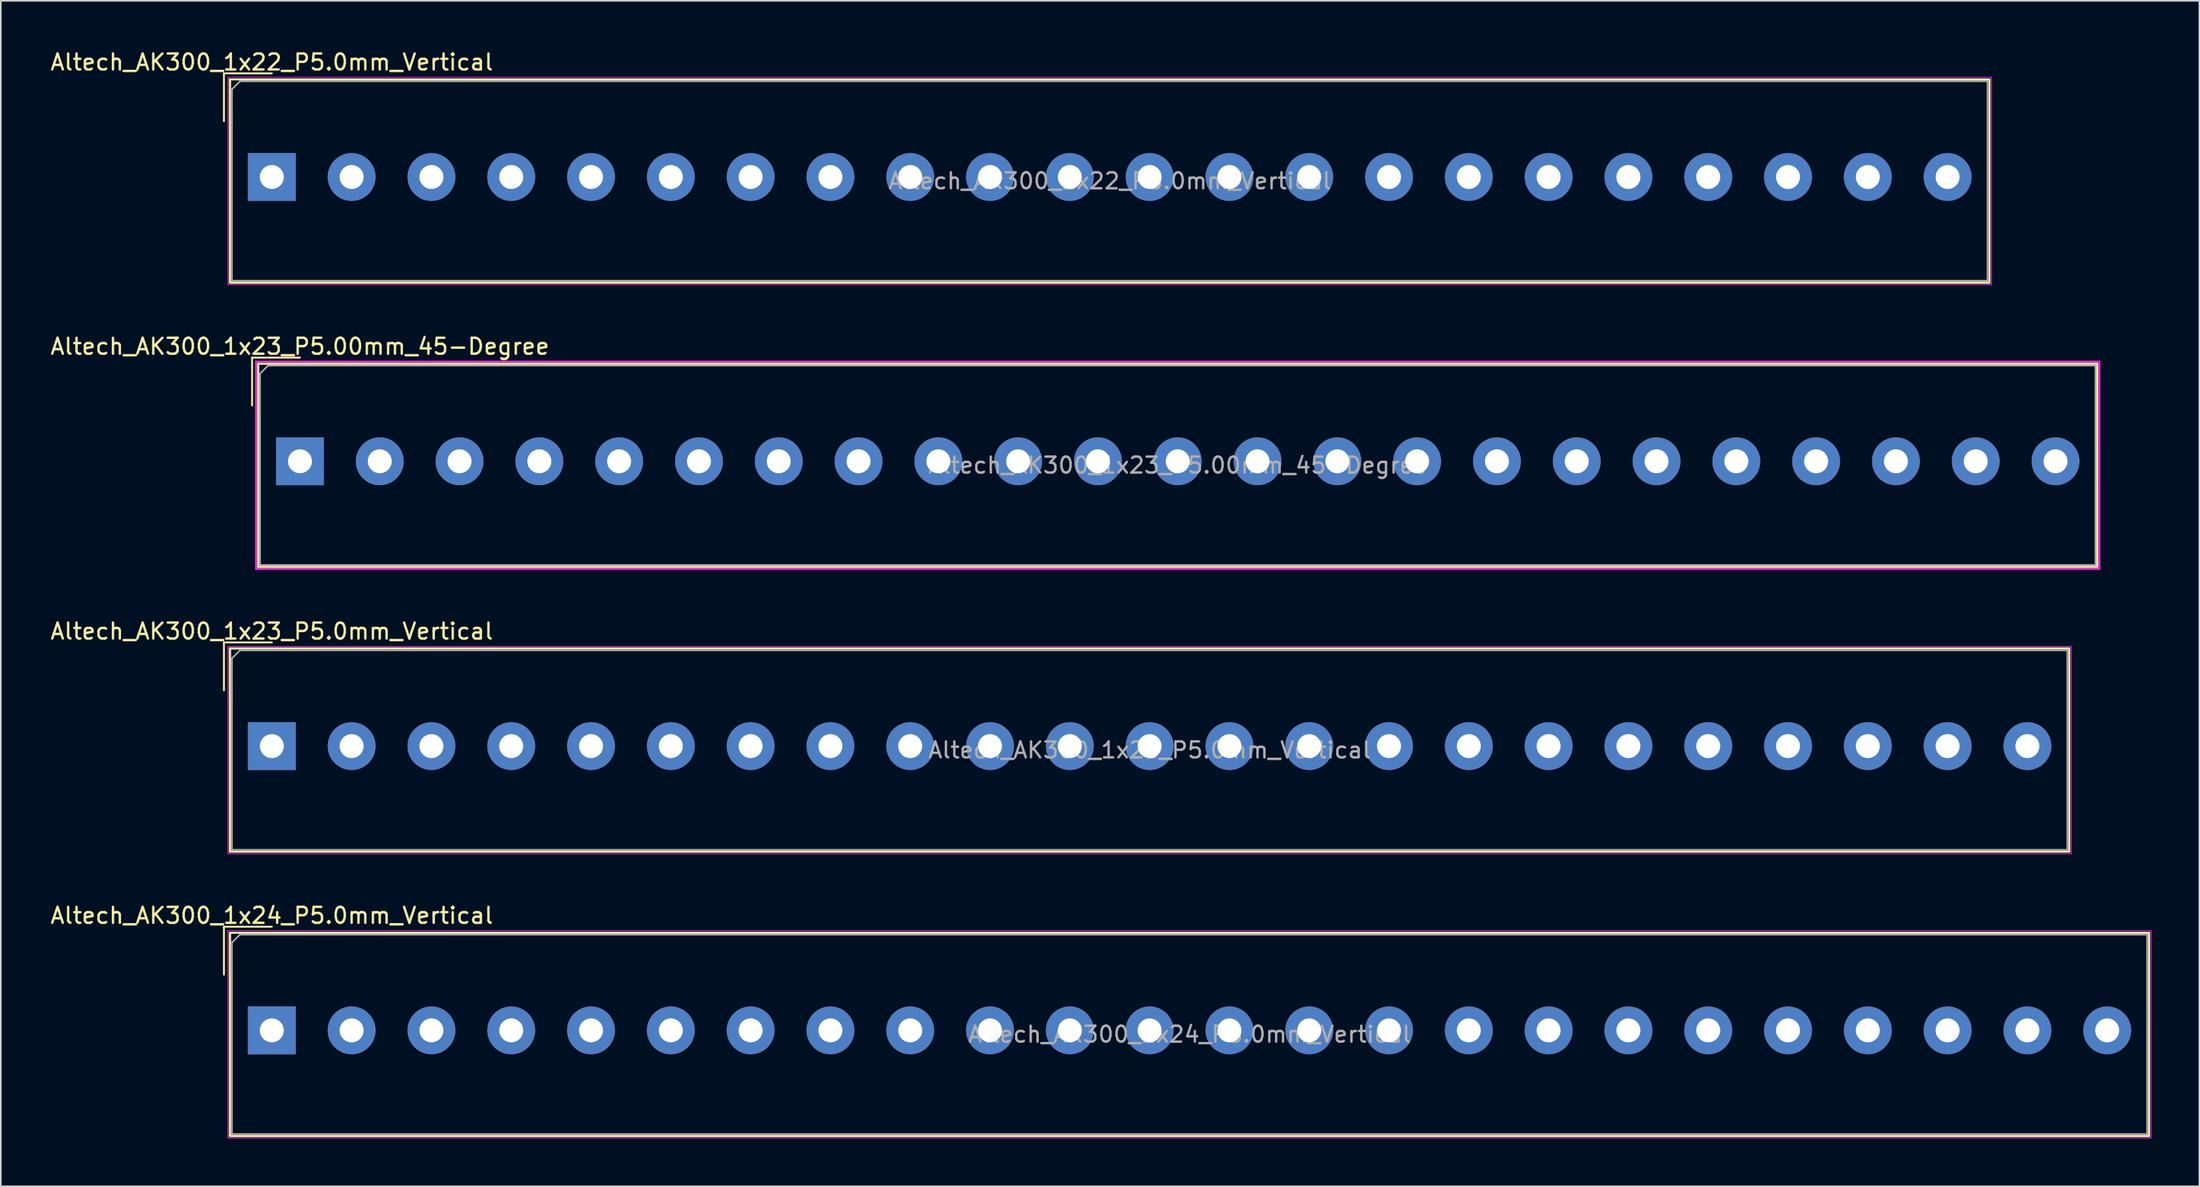
<source format=kicad_pcb>
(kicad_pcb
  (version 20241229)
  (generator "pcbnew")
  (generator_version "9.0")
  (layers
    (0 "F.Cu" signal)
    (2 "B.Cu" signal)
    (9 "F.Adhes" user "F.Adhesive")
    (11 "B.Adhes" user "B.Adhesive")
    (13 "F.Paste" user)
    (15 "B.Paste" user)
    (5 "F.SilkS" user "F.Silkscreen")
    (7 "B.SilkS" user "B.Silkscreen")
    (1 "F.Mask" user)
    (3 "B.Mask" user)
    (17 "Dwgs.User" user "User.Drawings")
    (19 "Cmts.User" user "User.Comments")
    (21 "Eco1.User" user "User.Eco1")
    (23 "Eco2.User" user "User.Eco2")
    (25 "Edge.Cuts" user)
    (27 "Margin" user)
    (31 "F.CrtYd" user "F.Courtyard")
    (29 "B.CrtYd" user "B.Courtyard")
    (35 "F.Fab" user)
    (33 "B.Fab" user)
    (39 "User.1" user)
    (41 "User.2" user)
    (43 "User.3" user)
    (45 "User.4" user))
  (footprint "Altech_AK300_1x23_P5.00mm_45-Degree"
    (layer "F.Cu")
    (at 15.744 25.872)
    (property "Reference" "Altech_AK300_1x23_P5.00mm_45-Degree" (at 0 -7.2 0) (layer "F.SilkS") (effects (font (size 1 1) (thickness 0.15))))
    (attr through_hole)
    (fp_line (start -3 -6.5) (end 0 -6.5) (stroke (width 0.12) (type solid)) (layer "F.SilkS"))
    (fp_line (start -3 -3.5) (end -3 -6.5) (stroke (width 0.12) (type solid)) (layer "F.SilkS"))
    (fp_line (start -2.62 -6.12) (end -2.62 6.62) (stroke (width 0.12) (type solid)) (layer "F.SilkS"))
    (fp_line (start -2.62 -6.12) (end -2.62 6.62) (stroke (width 0.12) (type solid)) (layer "F.SilkS"))
    (fp_line (start -2.62 -6.12) (end 112.62 -6.12) (stroke (width 0.12) (type solid)) (layer "F.SilkS"))
    (fp_line (start -2.62 -6.12) (end 112.62 -6.12) (stroke (width 0.12) (type solid)) (layer "F.SilkS"))
    (fp_line (start -2.62 6.62) (end 112.62 6.62) (stroke (width 0.12) (type solid)) (layer "F.SilkS"))
    (fp_line (start -2.62 6.62) (end 112.62 6.62) (stroke (width 0.12) (type solid)) (layer "F.SilkS"))
    (fp_line (start 112.62 -6.12) (end 112.62 6.62) (stroke (width 0.12) (type solid)) (layer "F.SilkS"))
    (fp_line (start 112.62 -6.12) (end 112.62 6.62) (stroke (width 0.12) (type solid)) (layer "F.SilkS"))
    (fp_line (start -2.75 -6.25) (end -2.75 6.75) (stroke (width 0.12) (type solid)) (layer "F.CrtYd"))
    (fp_line (start -2.75 -6.25) (end 112.75 -6.25) (stroke (width 0.12) (type solid)) (layer "F.CrtYd"))
    (fp_line (start -2.75 6.75) (end 112.75 6.75) (stroke (width 0.12) (type solid)) (layer "F.CrtYd"))
    (fp_line (start 112.75 -6.25) (end 112.75 6.75) (stroke (width 0.12) (type solid)) (layer "F.CrtYd"))
    (fp_line (start -2.5 -5.5) (end -2 -6) (stroke (width 0.1) (type solid)) (layer "F.Fab"))
    (fp_line (start -2.5 6.5) (end -2.5 -5.5) (stroke (width 0.1) (type solid)) (layer "F.Fab"))
    (fp_line (start -2 -6) (end 112.5 -6) (stroke (width 0.1) (type solid)) (layer "F.Fab"))
    (fp_line (start 112.5 -6) (end 112.5 6.5) (stroke (width 0.1) (type solid)) (layer "F.Fab"))
    (fp_line (start 112.5 6.5) (end -2.5 6.5) (stroke (width 0.1) (type solid)) (layer "F.Fab"))
    (fp_text user "${REFERENCE}" (at 55 0.25 0) (layer "F.Fab") (effects (font (size 1 1) (thickness 0.15))))
    (pad "1" thru_hole rect (at 0 0) (size 3 3) (drill 1.5) (layers "*.Cu" "*.Mask"))
    (pad "2" thru_hole circle (at 5 0) (size 3 3) (drill 1.5) (layers "*.Cu" "*.Mask"))
    (pad "3" thru_hole circle (at 10 0) (size 3 3) (drill 1.5) (layers "*.Cu" "*.Mask"))
    (pad "4" thru_hole circle (at 15 0) (size 3 3) (drill 1.5) (layers "*.Cu" "*.Mask"))
    (pad "5" thru_hole circle (at 20 0) (size 3 3) (drill 1.5) (layers "*.Cu" "*.Mask"))
    (pad "6" thru_hole circle (at 25 0) (size 3 3) (drill 1.5) (layers "*.Cu" "*.Mask"))
    (pad "7" thru_hole circle (at 30 0) (size 3 3) (drill 1.5) (layers "*.Cu" "*.Mask"))
    (pad "8" thru_hole circle (at 35 0) (size 3 3) (drill 1.5) (layers "*.Cu" "*.Mask"))
    (pad "9" thru_hole circle (at 40 0) (size 3 3) (drill 1.5) (layers "*.Cu" "*.Mask"))
    (pad "10" thru_hole circle (at 45 0) (size 3 3) (drill 1.5) (layers "*.Cu" "*.Mask"))
    (pad "11" thru_hole circle (at 50 0) (size 3 3) (drill 1.5) (layers "*.Cu" "*.Mask"))
    (pad "12" thru_hole circle (at 55 0) (size 3 3) (drill 1.5) (layers "*.Cu" "*.Mask"))
    (pad "13" thru_hole circle (at 60 0) (size 3 3) (drill 1.5) (layers "*.Cu" "*.Mask"))
    (pad "14" thru_hole circle (at 65 0) (size 3 3) (drill 1.5) (layers "*.Cu" "*.Mask"))
    (pad "15" thru_hole circle (at 70 0) (size 3 3) (drill 1.5) (layers "*.Cu" "*.Mask"))
    (pad "16" thru_hole circle (at 75 0) (size 3 3) (drill 1.5) (layers "*.Cu" "*.Mask"))
    (pad "17" thru_hole circle (at 80 0) (size 3 3) (drill 1.5) (layers "*.Cu" "*.Mask"))
    (pad "18" thru_hole circle (at 85 0) (size 3 3) (drill 1.5) (layers "*.Cu" "*.Mask"))
    (pad "19" thru_hole circle (at 90 0) (size 3 3) (drill 1.5) (layers "*.Cu" "*.Mask"))
    (pad "20" thru_hole circle (at 95 0) (size 3 3) (drill 1.5) (layers "*.Cu" "*.Mask"))
    (pad "21" thru_hole circle (at 100 0) (size 3 3) (drill 1.5) (layers "*.Cu" "*.Mask"))
    (pad "22" thru_hole circle (at 105 0) (size 3 3) (drill 1.5) (layers "*.Cu" "*.Mask"))
    (pad "23" thru_hole circle (at 110 0) (size 3 3) (drill 1.5) (layers "*.Cu" "*.Mask")))
  (footprint "Altech_AK300_1x22_P5.0mm_Vertical"
    (layer "F.Cu")
    (at 13.982 8.048)
    (property "Reference" "Altech_AK300_1x22_P5.0mm_Vertical" (at 0 -7.2 0) (layer "F.SilkS") (effects (font (size 1 1) (thickness 0.15))))
    (attr through_hole)
    (fp_line (start -3 -6.5) (end 0 -6.5) (stroke (width 0.12) (type solid)) (layer "F.SilkS"))
    (fp_line (start -3 -3.5) (end -3 -6.5) (stroke (width 0.12) (type solid)) (layer "F.SilkS"))
    (fp_line (start -2.62 -6.12) (end -2.62 6.62) (stroke (width 0.12) (type solid)) (layer "F.SilkS"))
    (fp_line (start -2.62 -6.12) (end -2.62 6.62) (stroke (width 0.12) (type solid)) (layer "F.SilkS"))
    (fp_line (start -2.62 -6.12) (end 107.62 -6.12) (stroke (width 0.12) (type solid)) (layer "F.SilkS"))
    (fp_line (start -2.62 -6.12) (end 107.62 -6.12) (stroke (width 0.12) (type solid)) (layer "F.SilkS"))
    (fp_line (start -2.62 6.62) (end 107.62 6.62) (stroke (width 0.12) (type solid)) (layer "F.SilkS"))
    (fp_line (start -2.62 6.62) (end 107.62 6.62) (stroke (width 0.12) (type solid)) (layer "F.SilkS"))
    (fp_line (start 107.62 -6.12) (end 107.62 6.62) (stroke (width 0.12) (type solid)) (layer "F.SilkS"))
    (fp_line (start 107.62 -6.12) (end 107.62 6.62) (stroke (width 0.12) (type solid)) (layer "F.SilkS"))
    (fp_line (start -2.75 -6.25) (end -2.75 6.75) (stroke (width 0.05) (type solid)) (layer "F.CrtYd"))
    (fp_line (start -2.75 -6.25) (end 107.75 -6.25) (stroke (width 0.05) (type solid)) (layer "F.CrtYd"))
    (fp_line (start -2.75 6.75) (end 107.75 6.75) (stroke (width 0.05) (type solid)) (layer "F.CrtYd"))
    (fp_line (start 107.75 -6.25) (end 107.75 6.75) (stroke (width 0.05) (type solid)) (layer "F.CrtYd"))
    (fp_line (start -2.5 -5.5) (end -2 -6) (stroke (width 0.1) (type solid)) (layer "F.Fab"))
    (fp_line (start -2.5 6.5) (end -2.5 -5.5) (stroke (width 0.1) (type solid)) (layer "F.Fab"))
    (fp_line (start -2 -6) (end 107.5 -6) (stroke (width 0.1) (type solid)) (layer "F.Fab"))
    (fp_line (start 107.5 -6) (end 107.5 6.5) (stroke (width 0.1) (type solid)) (layer "F.Fab"))
    (fp_line (start 107.5 6.5) (end -2.5 6.5) (stroke (width 0.1) (type solid)) (layer "F.Fab"))
    (fp_text user "${REFERENCE}" (at 52.5 0.25 0) (layer "F.Fab") (effects (font (size 1 1) (thickness 0.15))))
    (pad "1" thru_hole rect (at 0 0) (size 3 3) (drill 1.5) (layers "*.Cu" "*.Mask"))
    (pad "2" thru_hole circle (at 5 0) (size 3 3) (drill 1.5) (layers "*.Cu" "*.Mask"))
    (pad "3" thru_hole circle (at 10 0) (size 3 3) (drill 1.5) (layers "*.Cu" "*.Mask"))
    (pad "4" thru_hole circle (at 15 0) (size 3 3) (drill 1.5) (layers "*.Cu" "*.Mask"))
    (pad "5" thru_hole circle (at 20 0) (size 3 3) (drill 1.5) (layers "*.Cu" "*.Mask"))
    (pad "6" thru_hole circle (at 25 0) (size 3 3) (drill 1.5) (layers "*.Cu" "*.Mask"))
    (pad "7" thru_hole circle (at 30 0) (size 3 3) (drill 1.5) (layers "*.Cu" "*.Mask"))
    (pad "8" thru_hole circle (at 35 0) (size 3 3) (drill 1.5) (layers "*.Cu" "*.Mask"))
    (pad "9" thru_hole circle (at 40 0) (size 3 3) (drill 1.5) (layers "*.Cu" "*.Mask"))
    (pad "10" thru_hole circle (at 45 0) (size 3 3) (drill 1.5) (layers "*.Cu" "*.Mask"))
    (pad "11" thru_hole circle (at 50 0) (size 3 3) (drill 1.5) (layers "*.Cu" "*.Mask"))
    (pad "12" thru_hole circle (at 55 0) (size 3 3) (drill 1.5) (layers "*.Cu" "*.Mask"))
    (pad "13" thru_hole circle (at 60 0) (size 3 3) (drill 1.5) (layers "*.Cu" "*.Mask"))
    (pad "14" thru_hole circle (at 65 0) (size 3 3) (drill 1.5) (layers "*.Cu" "*.Mask"))
    (pad "15" thru_hole circle (at 70 0) (size 3 3) (drill 1.5) (layers "*.Cu" "*.Mask"))
    (pad "16" thru_hole circle (at 75 0) (size 3 3) (drill 1.5) (layers "*.Cu" "*.Mask"))
    (pad "17" thru_hole circle (at 80 0) (size 3 3) (drill 1.5) (layers "*.Cu" "*.Mask"))
    (pad "18" thru_hole circle (at 85 0) (size 3 3) (drill 1.5) (layers "*.Cu" "*.Mask"))
    (pad "19" thru_hole circle (at 90 0) (size 3 3) (drill 1.5) (layers "*.Cu" "*.Mask"))
    (pad "20" thru_hole circle (at 95 0) (size 3 3) (drill 1.5) (layers "*.Cu" "*.Mask"))
    (pad "21" thru_hole circle (at 100 0) (size 3 3) (drill 1.5) (layers "*.Cu" "*.Mask"))
    (pad "22" thru_hole circle (at 105 0) (size 3 3) (drill 1.5) (layers "*.Cu" "*.Mask")))
  (footprint "Altech_AK300_1x23_P5.0mm_Vertical"
    (layer "F.Cu")
    (at 13.982 43.73)
    (property "Reference" "Altech_AK300_1x23_P5.0mm_Vertical" (at 0 -7.2 0) (layer "F.SilkS") (effects (font (size 1 1) (thickness 0.15))))
    (attr through_hole)
    (fp_line (start -3 -6.5) (end 0 -6.5) (stroke (width 0.12) (type solid)) (layer "F.SilkS"))
    (fp_line (start -3 -3.5) (end -3 -6.5) (stroke (width 0.12) (type solid)) (layer "F.SilkS"))
    (fp_line (start -2.62 -6.12) (end -2.62 6.62) (stroke (width 0.12) (type solid)) (layer "F.SilkS"))
    (fp_line (start -2.62 -6.12) (end -2.62 6.62) (stroke (width 0.12) (type solid)) (layer "F.SilkS"))
    (fp_line (start -2.62 -6.12) (end 112.62 -6.12) (stroke (width 0.12) (type solid)) (layer "F.SilkS"))
    (fp_line (start -2.62 -6.12) (end 112.62 -6.12) (stroke (width 0.12) (type solid)) (layer "F.SilkS"))
    (fp_line (start -2.62 6.62) (end 112.62 6.62) (stroke (width 0.12) (type solid)) (layer "F.SilkS"))
    (fp_line (start -2.62 6.62) (end 112.62 6.62) (stroke (width 0.12) (type solid)) (layer "F.SilkS"))
    (fp_line (start 112.62 -6.12) (end 112.62 6.62) (stroke (width 0.12) (type solid)) (layer "F.SilkS"))
    (fp_line (start 112.62 -6.12) (end 112.62 6.62) (stroke (width 0.12) (type solid)) (layer "F.SilkS"))
    (fp_line (start -2.75 -6.25) (end -2.75 6.75) (stroke (width 0.05) (type solid)) (layer "F.CrtYd"))
    (fp_line (start -2.75 -6.25) (end 112.75 -6.25) (stroke (width 0.05) (type solid)) (layer "F.CrtYd"))
    (fp_line (start -2.75 6.75) (end 112.75 6.75) (stroke (width 0.05) (type solid)) (layer "F.CrtYd"))
    (fp_line (start 112.75 -6.25) (end 112.75 6.75) (stroke (width 0.05) (type solid)) (layer "F.CrtYd"))
    (fp_line (start -2.5 -5.5) (end -2 -6) (stroke (width 0.1) (type solid)) (layer "F.Fab"))
    (fp_line (start -2.5 6.5) (end -2.5 -5.5) (stroke (width 0.1) (type solid)) (layer "F.Fab"))
    (fp_line (start -2 -6) (end 112.5 -6) (stroke (width 0.1) (type solid)) (layer "F.Fab"))
    (fp_line (start 112.5 -6) (end 112.5 6.5) (stroke (width 0.1) (type solid)) (layer "F.Fab"))
    (fp_line (start 112.5 6.5) (end -2.5 6.5) (stroke (width 0.1) (type solid)) (layer "F.Fab"))
    (fp_text user "${REFERENCE}" (at 55 0.25 0) (layer "F.Fab") (effects (font (size 1 1) (thickness 0.15))))
    (pad "1" thru_hole rect (at 0 0) (size 3 3) (drill 1.5) (layers "*.Cu" "*.Mask"))
    (pad "2" thru_hole circle (at 5 0) (size 3 3) (drill 1.5) (layers "*.Cu" "*.Mask"))
    (pad "3" thru_hole circle (at 10 0) (size 3 3) (drill 1.5) (layers "*.Cu" "*.Mask"))
    (pad "4" thru_hole circle (at 15 0) (size 3 3) (drill 1.5) (layers "*.Cu" "*.Mask"))
    (pad "5" thru_hole circle (at 20 0) (size 3 3) (drill 1.5) (layers "*.Cu" "*.Mask"))
    (pad "6" thru_hole circle (at 25 0) (size 3 3) (drill 1.5) (layers "*.Cu" "*.Mask"))
    (pad "7" thru_hole circle (at 30 0) (size 3 3) (drill 1.5) (layers "*.Cu" "*.Mask"))
    (pad "8" thru_hole circle (at 35 0) (size 3 3) (drill 1.5) (layers "*.Cu" "*.Mask"))
    (pad "9" thru_hole circle (at 40 0) (size 3 3) (drill 1.5) (layers "*.Cu" "*.Mask"))
    (pad "10" thru_hole circle (at 45 0) (size 3 3) (drill 1.5) (layers "*.Cu" "*.Mask"))
    (pad "11" thru_hole circle (at 50 0) (size 3 3) (drill 1.5) (layers "*.Cu" "*.Mask"))
    (pad "12" thru_hole circle (at 55 0) (size 3 3) (drill 1.5) (layers "*.Cu" "*.Mask"))
    (pad "13" thru_hole circle (at 60 0) (size 3 3) (drill 1.5) (layers "*.Cu" "*.Mask"))
    (pad "14" thru_hole circle (at 65 0) (size 3 3) (drill 1.5) (layers "*.Cu" "*.Mask"))
    (pad "15" thru_hole circle (at 70 0) (size 3 3) (drill 1.5) (layers "*.Cu" "*.Mask"))
    (pad "16" thru_hole circle (at 75 0) (size 3 3) (drill 1.5) (layers "*.Cu" "*.Mask"))
    (pad "17" thru_hole circle (at 80 0) (size 3 3) (drill 1.5) (layers "*.Cu" "*.Mask"))
    (pad "18" thru_hole circle (at 85 0) (size 3 3) (drill 1.5) (layers "*.Cu" "*.Mask"))
    (pad "19" thru_hole circle (at 90 0) (size 3 3) (drill 1.5) (layers "*.Cu" "*.Mask"))
    (pad "20" thru_hole circle (at 95 0) (size 3 3) (drill 1.5) (layers "*.Cu" "*.Mask"))
    (pad "21" thru_hole circle (at 100 0) (size 3 3) (drill 1.5) (layers "*.Cu" "*.Mask"))
    (pad "22" thru_hole circle (at 105 0) (size 3 3) (drill 1.5) (layers "*.Cu" "*.Mask"))
    (pad "23" thru_hole circle (at 110 0) (size 3 3) (drill 1.5) (layers "*.Cu" "*.Mask")))
  (footprint "Altech_AK300_1x24_P5.0mm_Vertical"
    (layer "F.Cu")
    (at 13.982 61.553)
    (property "Reference" "Altech_AK300_1x24_P5.0mm_Vertical" (at 0 -7.2 0) (layer "F.SilkS") (effects (font (size 1 1) (thickness 0.15))))
    (attr through_hole)
    (fp_line (start -3 -6.5) (end 0 -6.5) (stroke (width 0.12) (type solid)) (layer "F.SilkS"))
    (fp_line (start -3 -3.5) (end -3 -6.5) (stroke (width 0.12) (type solid)) (layer "F.SilkS"))
    (fp_line (start -2.62 -6.12) (end -2.62 6.62) (stroke (width 0.12) (type solid)) (layer "F.SilkS"))
    (fp_line (start -2.62 -6.12) (end -2.62 6.62) (stroke (width 0.12) (type solid)) (layer "F.SilkS"))
    (fp_line (start -2.62 -6.12) (end 117.62 -6.12) (stroke (width 0.12) (type solid)) (layer "F.SilkS"))
    (fp_line (start -2.62 -6.12) (end 117.62 -6.12) (stroke (width 0.12) (type solid)) (layer "F.SilkS"))
    (fp_line (start -2.62 6.62) (end 117.62 6.62) (stroke (width 0.12) (type solid)) (layer "F.SilkS"))
    (fp_line (start -2.62 6.62) (end 117.62 6.62) (stroke (width 0.12) (type solid)) (layer "F.SilkS"))
    (fp_line (start 117.62 -6.12) (end 117.62 6.62) (stroke (width 0.12) (type solid)) (layer "F.SilkS"))
    (fp_line (start 117.62 -6.12) (end 117.62 6.62) (stroke (width 0.12) (type solid)) (layer "F.SilkS"))
    (fp_line (start -2.75 -6.25) (end -2.75 6.75) (stroke (width 0.05) (type solid)) (layer "F.CrtYd"))
    (fp_line (start -2.75 -6.25) (end 117.75 -6.25) (stroke (width 0.05) (type solid)) (layer "F.CrtYd"))
    (fp_line (start -2.75 6.75) (end 117.75 6.75) (stroke (width 0.05) (type solid)) (layer "F.CrtYd"))
    (fp_line (start 117.75 -6.25) (end 117.75 6.75) (stroke (width 0.05) (type solid)) (layer "F.CrtYd"))
    (fp_line (start -2.5 -5.5) (end -2 -6) (stroke (width 0.1) (type solid)) (layer "F.Fab"))
    (fp_line (start -2.5 6.5) (end -2.5 -5.5) (stroke (width 0.1) (type solid)) (layer "F.Fab"))
    (fp_line (start -2 -6) (end 117.5 -6) (stroke (width 0.1) (type solid)) (layer "F.Fab"))
    (fp_line (start 117.5 -6) (end 117.5 6.5) (stroke (width 0.1) (type solid)) (layer "F.Fab"))
    (fp_line (start 117.5 6.5) (end -2.5 6.5) (stroke (width 0.1) (type solid)) (layer "F.Fab"))
    (fp_text user "${REFERENCE}" (at 57.5 0.25 0) (layer "F.Fab") (effects (font (size 1 1) (thickness 0.15))))
    (pad "1" thru_hole rect (at 0 0) (size 3 3) (drill 1.5) (layers "*.Cu" "*.Mask"))
    (pad "2" thru_hole circle (at 5 0) (size 3 3) (drill 1.5) (layers "*.Cu" "*.Mask"))
    (pad "3" thru_hole circle (at 10 0) (size 3 3) (drill 1.5) (layers "*.Cu" "*.Mask"))
    (pad "4" thru_hole circle (at 15 0) (size 3 3) (drill 1.5) (layers "*.Cu" "*.Mask"))
    (pad "5" thru_hole circle (at 20 0) (size 3 3) (drill 1.5) (layers "*.Cu" "*.Mask"))
    (pad "6" thru_hole circle (at 25 0) (size 3 3) (drill 1.5) (layers "*.Cu" "*.Mask"))
    (pad "7" thru_hole circle (at 30 0) (size 3 3) (drill 1.5) (layers "*.Cu" "*.Mask"))
    (pad "8" thru_hole circle (at 35 0) (size 3 3) (drill 1.5) (layers "*.Cu" "*.Mask"))
    (pad "9" thru_hole circle (at 40 0) (size 3 3) (drill 1.5) (layers "*.Cu" "*.Mask"))
    (pad "10" thru_hole circle (at 45 0) (size 3 3) (drill 1.5) (layers "*.Cu" "*.Mask"))
    (pad "11" thru_hole circle (at 50 0) (size 3 3) (drill 1.5) (layers "*.Cu" "*.Mask"))
    (pad "12" thru_hole circle (at 55 0) (size 3 3) (drill 1.5) (layers "*.Cu" "*.Mask"))
    (pad "13" thru_hole circle (at 60 0) (size 3 3) (drill 1.5) (layers "*.Cu" "*.Mask"))
    (pad "14" thru_hole circle (at 65 0) (size 3 3) (drill 1.5) (layers "*.Cu" "*.Mask"))
    (pad "15" thru_hole circle (at 70 0) (size 3 3) (drill 1.5) (layers "*.Cu" "*.Mask"))
    (pad "16" thru_hole circle (at 75 0) (size 3 3) (drill 1.5) (layers "*.Cu" "*.Mask"))
    (pad "17" thru_hole circle (at 80 0) (size 3 3) (drill 1.5) (layers "*.Cu" "*.Mask"))
    (pad "18" thru_hole circle (at 85 0) (size 3 3) (drill 1.5) (layers "*.Cu" "*.Mask"))
    (pad "19" thru_hole circle (at 90 0) (size 3 3) (drill 1.5) (layers "*.Cu" "*.Mask"))
    (pad "20" thru_hole circle (at 95 0) (size 3 3) (drill 1.5) (layers "*.Cu" "*.Mask"))
    (pad "21" thru_hole circle (at 100 0) (size 3 3) (drill 1.5) (layers "*.Cu" "*.Mask"))
    (pad "22" thru_hole circle (at 105 0) (size 3 3) (drill 1.5) (layers "*.Cu" "*.Mask"))
    (pad "23" thru_hole circle (at 110 0) (size 3 3) (drill 1.5) (layers "*.Cu" "*.Mask"))
    (pad "24" thru_hole circle (at 115 0) (size 3 3) (drill 1.5) (layers "*.Cu" "*.Mask")))
  (gr_rect
    (start -3 -3)
    (end 134.757 71.328)
    (stroke (width 0.1) (type default))
    (fill no)
    (layer "Edge.Cuts")))
</source>
